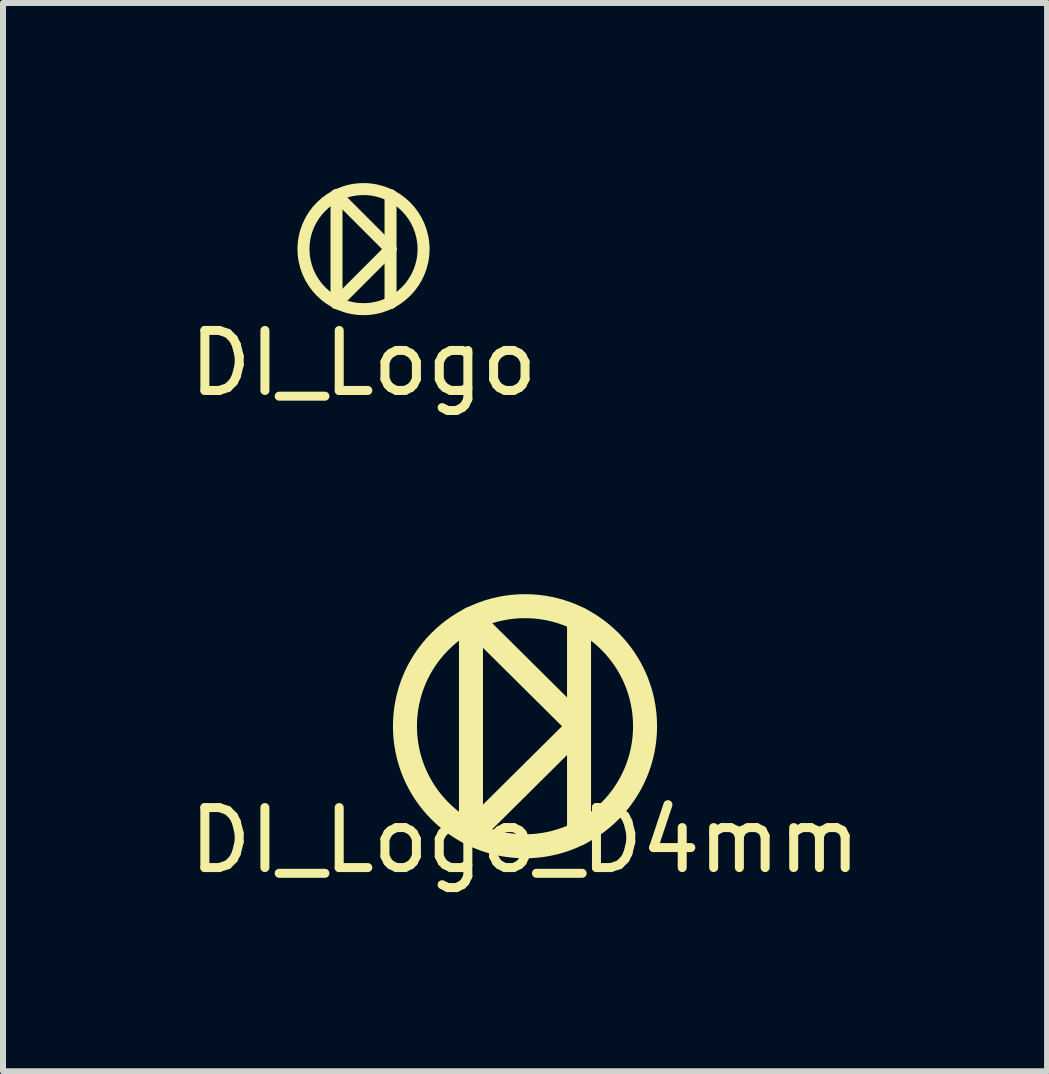
<source format=kicad_pcb>
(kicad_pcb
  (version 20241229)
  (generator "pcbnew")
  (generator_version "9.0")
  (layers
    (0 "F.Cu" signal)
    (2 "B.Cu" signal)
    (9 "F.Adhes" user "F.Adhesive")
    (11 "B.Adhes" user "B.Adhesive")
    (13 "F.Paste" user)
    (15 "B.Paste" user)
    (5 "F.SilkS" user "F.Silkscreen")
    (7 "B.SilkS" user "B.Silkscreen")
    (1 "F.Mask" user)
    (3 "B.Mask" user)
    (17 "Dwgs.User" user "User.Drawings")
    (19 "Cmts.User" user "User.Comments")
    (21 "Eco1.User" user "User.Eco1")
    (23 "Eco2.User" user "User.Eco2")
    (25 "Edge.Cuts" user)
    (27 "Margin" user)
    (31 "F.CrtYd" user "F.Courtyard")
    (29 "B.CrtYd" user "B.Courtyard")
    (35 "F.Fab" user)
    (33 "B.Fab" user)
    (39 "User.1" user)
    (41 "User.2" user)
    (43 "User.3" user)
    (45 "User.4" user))
  (footprint "DI_Logo_D4mm"
    (layer "F.Cu")
    (at 5.696 9.048)
    (property "Reference" "DI_Logo_D4mm" (at 0 1.9 0) (layer "F.SilkS") (effects (font (size 1 1) (thickness 0.15))))
    (attr through_hole)
    (fp_line (start -0.9 -1.786) (end -0.9 1.786) (stroke (width 0.4) (type solid)) (layer "F.SilkS"))
    (fp_line (start -0.9 1.786) (end 0.9 0) (stroke (width 0.4) (type solid)) (layer "F.SilkS"))
    (fp_line (start 0.9 -1.786) (end 0.9 1.786) (stroke (width 0.4) (type solid)) (layer "F.SilkS"))
    (fp_line (start 0.9 0) (end -0.9 -1.786) (stroke (width 0.4) (type solid)) (layer "F.SilkS"))
    (fp_circle (center 0 0) (end 2 0) (stroke (width 0.4) (type solid)) (fill no) (layer "F.SilkS")))
  (footprint "DI_Logo"
    (layer "F.Cu")
    (at 3.006 1.1)
    (property "Reference" "DI_Logo" (at 0 1.9 0) (layer "F.SilkS") (effects (font (size 1 1) (thickness 0.15))))
    (attr through_hole)
    (fp_line (start -0.45 -0.9) (end -0.45 0.9) (stroke (width 0.2) (type solid)) (layer "F.SilkS"))
    (fp_line (start -0.45 0.9) (end 0.45 0) (stroke (width 0.2) (type solid)) (layer "F.SilkS"))
    (fp_line (start 0.45 -0.9) (end 0.45 0.9) (stroke (width 0.2) (type solid)) (layer "F.SilkS"))
    (fp_line (start 0.45 0) (end -0.45 -0.9) (stroke (width 0.2) (type solid)) (layer "F.SilkS"))
    (fp_circle (center 0 0) (end 1 0) (stroke (width 0.2) (type solid)) (fill no) (layer "F.SilkS")))
  (gr_rect
    (start -3 -3)
    (end 14.393 14.796)
    (stroke (width 0.1) (type default))
    (fill no)
    (layer "Edge.Cuts")))
</source>
